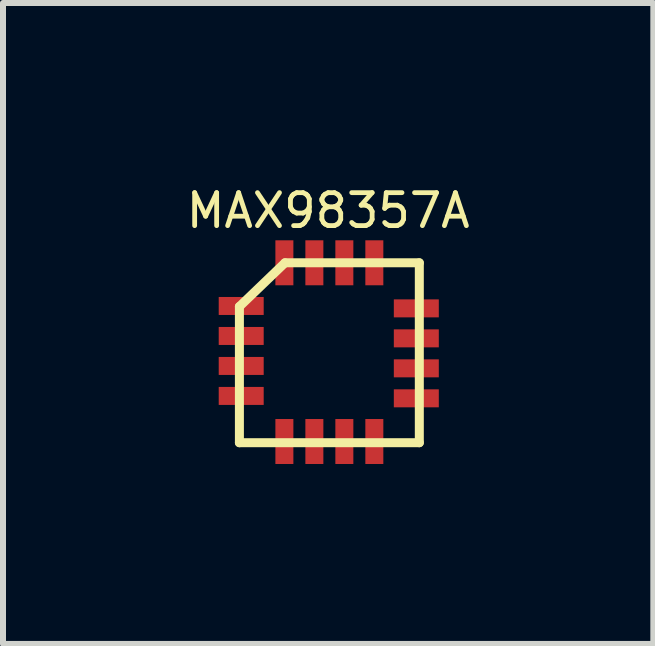
<source format=kicad_pcb>
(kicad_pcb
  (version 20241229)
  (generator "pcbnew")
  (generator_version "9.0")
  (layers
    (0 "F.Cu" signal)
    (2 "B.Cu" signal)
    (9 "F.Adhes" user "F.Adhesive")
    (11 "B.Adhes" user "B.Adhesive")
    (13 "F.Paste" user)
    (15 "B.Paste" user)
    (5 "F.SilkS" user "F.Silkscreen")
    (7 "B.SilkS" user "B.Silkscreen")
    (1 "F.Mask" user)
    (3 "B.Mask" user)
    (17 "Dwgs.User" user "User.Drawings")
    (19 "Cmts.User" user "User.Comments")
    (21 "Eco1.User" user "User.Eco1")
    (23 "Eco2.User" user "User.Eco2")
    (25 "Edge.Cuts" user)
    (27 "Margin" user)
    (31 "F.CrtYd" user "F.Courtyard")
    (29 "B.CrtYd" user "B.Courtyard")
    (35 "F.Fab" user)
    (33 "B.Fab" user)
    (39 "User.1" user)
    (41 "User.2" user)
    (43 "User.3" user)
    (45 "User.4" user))
  (footprint "MAX98357A"
    (layer "F.Cu")
    (at 1.142 2.062)
    (property "Reference" "MAX98357A" (at 1.28 -1.6 0) (layer "F.SilkS") (effects (font (size 0.55 0.55) (thickness 0.08))))
    (attr through_hole)
    (fp_line (start -0.2 0) (end -0.2 2.27) (stroke (width 0.15) (type solid)) (layer "F.SilkS"))
    (fp_line (start -0.2 2.27) (end 2.8 2.27) (stroke (width 0.15) (type solid)) (layer "F.SilkS"))
    (fp_line (start 0.56 -0.73) (end -0.2 0) (stroke (width 0.15) (type solid)) (layer "F.SilkS"))
    (fp_line (start 2.8 -0.73) (end 0.56 -0.73) (stroke (width 0.15) (type solid)) (layer "F.SilkS"))
    (fp_line (start 2.8 2.27) (end 2.8 -0.73) (stroke (width 0.15) (type solid)) (layer "F.SilkS"))
    (pad "1" smd rect (at -0.17 -0.01) (size 0.75 0.3) (layers "F.Cu" "F.Mask" "F.Paste"))
    (pad "2" smd rect (at -0.17 0.49) (size 0.75 0.3) (layers "F.Cu" "F.Mask" "F.Paste"))
    (pad "3" smd rect (at -0.17 0.99) (size 0.75 0.3) (layers "F.Cu" "F.Mask" "F.Paste"))
    (pad "3" smd rect (at 1.05 -0.73 90) (size 0.75 0.3) (layers "F.Cu" "F.Mask" "F.Paste"))
    (pad "3" smd rect (at 2.75 0.53 180) (size 0.75 0.3) (layers "F.Cu" "F.Mask" "F.Paste"))
    (pad "4" smd rect (at -0.17 1.49) (size 0.75 0.3) (layers "F.Cu" "F.Mask" "F.Paste"))
    (pad "5" smd rect (at 0.55 2.25 90) (size 0.75 0.3) (layers "F.Cu" "F.Mask" "F.Paste"))
    (pad "6" smd rect (at 1.05 2.25 90) (size 0.75 0.3) (layers "F.Cu" "F.Mask" "F.Paste"))
    (pad "7" smd rect (at 1.55 2.25 90) (size 0.75 0.3) (layers "F.Cu" "F.Mask" "F.Paste"))
    (pad "7" smd rect (at 2.05 2.25 90) (size 0.75 0.3) (layers "F.Cu" "F.Mask" "F.Paste"))
    (pad "9" smd rect (at 2.75 1.53 180) (size 0.75 0.3) (layers "F.Cu" "F.Mask" "F.Paste"))
    (pad "10" smd rect (at 2.75 1.03 180) (size 0.75 0.3) (layers "F.Cu" "F.Mask" "F.Paste"))
    (pad "12" smd rect (at 2.75 0.03 180) (size 0.75 0.3) (layers "F.Cu" "F.Mask" "F.Paste"))
    (pad "13" smd rect (at 2.05 -0.73 90) (size 0.75 0.3) (layers "F.Cu" "F.Mask" "F.Paste"))
    (pad "14" smd rect (at 1.55 -0.73 90) (size 0.75 0.3) (layers "F.Cu" "F.Mask" "F.Paste"))
    (pad "16" smd rect (at 0.55 -0.73 90) (size 0.75 0.3) (layers "F.Cu" "F.Mask" "F.Paste")))
  (gr_rect
    (start -3 -3)
    (end 7.844 7.687)
    (stroke (width 0.1) (type default))
    (fill no)
    (layer "Edge.Cuts")))
</source>
